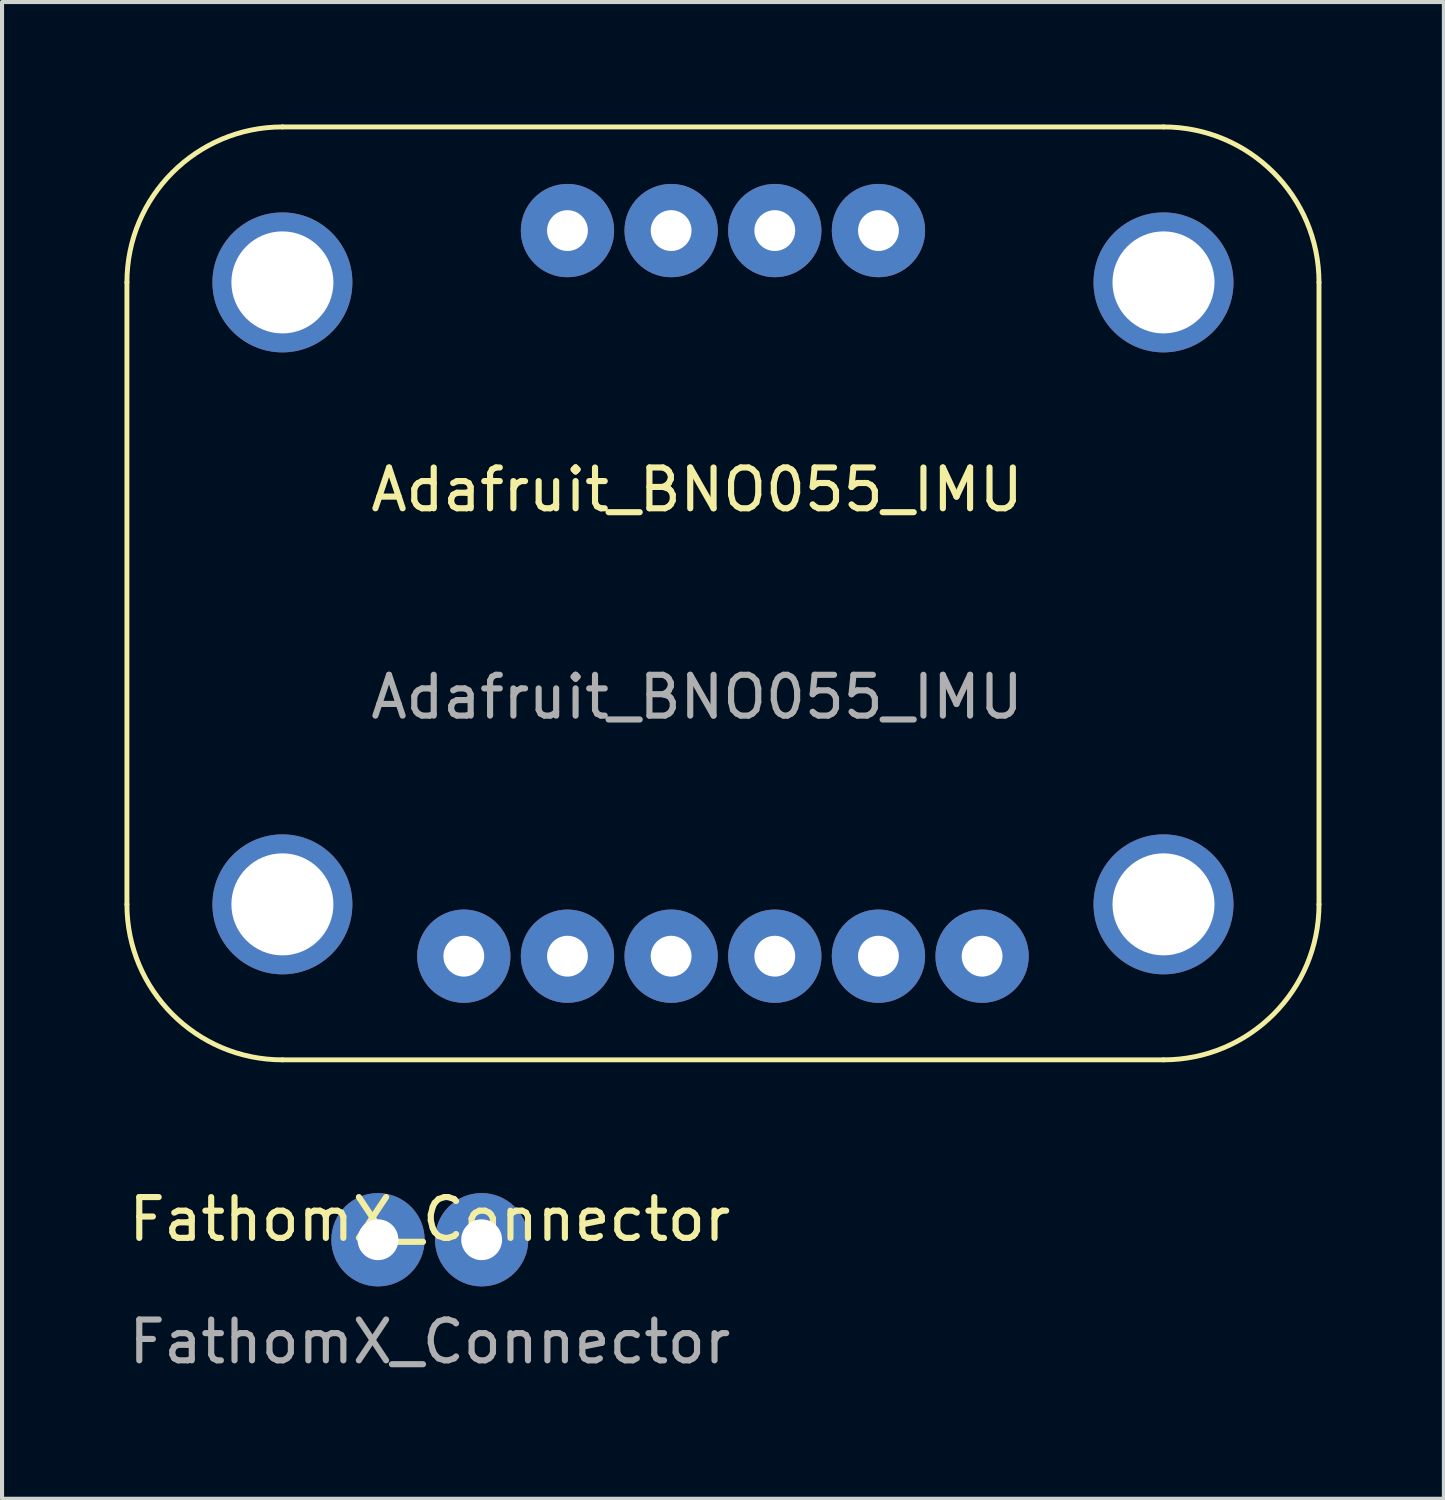
<source format=kicad_pcb>
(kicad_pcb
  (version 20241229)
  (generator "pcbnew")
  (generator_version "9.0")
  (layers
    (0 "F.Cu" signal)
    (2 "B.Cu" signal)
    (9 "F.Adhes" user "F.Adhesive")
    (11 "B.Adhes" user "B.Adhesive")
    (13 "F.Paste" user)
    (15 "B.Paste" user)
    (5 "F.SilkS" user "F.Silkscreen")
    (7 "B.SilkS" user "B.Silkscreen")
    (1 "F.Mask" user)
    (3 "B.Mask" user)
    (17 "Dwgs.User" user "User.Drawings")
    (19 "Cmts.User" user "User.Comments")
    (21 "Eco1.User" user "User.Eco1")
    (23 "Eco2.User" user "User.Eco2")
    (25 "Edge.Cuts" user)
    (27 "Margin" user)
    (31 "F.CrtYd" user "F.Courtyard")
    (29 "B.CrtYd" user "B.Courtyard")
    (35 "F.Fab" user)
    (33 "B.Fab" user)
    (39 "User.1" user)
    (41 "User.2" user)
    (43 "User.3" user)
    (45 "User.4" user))
  (footprint "FathomX_Connector"
    (layer "F.Cu")
    (at 7.482 27.328)
    (property "Reference" "FathomX_Connector" (at 0 -0.5 0) (unlocked yes) (layer "F.SilkS") (effects (font (size 1 1) (thickness 0.15))))
    (attr through_hole)
    (fp_text user "${REFERENCE}" (at 0 2.5 0) (unlocked yes) (layer "F.Fab") (effects (font (size 1 1) (thickness 0.15))))
    (pad "1" thru_hole circle (at -1.27 0 180) (size 2.286 2.286) (drill 1) (layers "*.Cu" "*.Mask"))
    (pad "2" thru_hole circle (at 1.27 0 180) (size 2.286 2.286) (drill 1) (layers "*.Cu" "*.Mask")))
  (footprint "Adafruit_BNO055_IMU"
    (layer "F.Cu")
    (at 14.03 11.49)
    (property "Reference" "Adafruit_BNO055_IMU" (at 0 -2.54 0) (unlocked yes) (layer "F.SilkS") (effects (font (size 1 1) (thickness 0.15))))
    (attr smd)
    (fp_line (start -13.97 7.62) (end -13.97 -7.62) (stroke (width 0.12) (type solid)) (layer "F.SilkS"))
    (fp_line (start -10.16 -11.43) (end 11.43 -11.43) (stroke (width 0.12) (type solid)) (layer "F.SilkS"))
    (fp_line (start 11.43 11.43) (end -10.16 11.43) (stroke (width 0.12) (type solid)) (layer "F.SilkS"))
    (fp_line (start 15.24 -7.62) (end 15.24 7.62) (stroke (width 0.12) (type solid)) (layer "F.SilkS"))
    (fp_arc (start -13.97 -7.62) (mid -12.854077 -10.314077) (end -10.16 -11.43) (stroke (width 0.12) (type solid)) (layer "F.SilkS"))
    (fp_arc (start -10.16 11.43) (mid -12.854077 10.314077) (end -13.97 7.62) (stroke (width 0.12) (type solid)) (layer "F.SilkS"))
    (fp_arc (start 11.43 -11.43) (mid 14.124077 -10.314077) (end 15.24 -7.62) (stroke (width 0.12) (type solid)) (layer "F.SilkS"))
    (fp_arc (start 15.24 7.62) (mid 14.124077 10.314077) (end 11.43 11.43) (stroke (width 0.12) (type solid)) (layer "F.SilkS"))
    (fp_text user "${REFERENCE}" (at 0 2.54 0) (unlocked yes) (layer "F.Fab") (effects (font (size 1 1) (thickness 0.15))))
    (pad "" np_thru_hole circle (at -10.16 -7.62) (size 3.429 3.429) (drill 2.5) (layers "*.Cu" "*.Mask"))
    (pad "" np_thru_hole circle (at -10.16 7.62) (size 3.429 3.429) (drill 2.5) (layers "*.Cu" "*.Mask"))
    (pad "" np_thru_hole circle (at 11.43 -7.62) (size 3.429 3.429) (drill 2.5) (layers "*.Cu" "*.Mask"))
    (pad "" np_thru_hole circle (at 11.43 7.62) (size 3.429 3.429) (drill 2.5) (layers "*.Cu" "*.Mask"))
    (pad "1" thru_hole circle (at -3.175 -8.89) (size 2.286 2.286) (drill 1) (layers "*.Cu" "*.Mask"))
    (pad "2" thru_hole circle (at -0.635 -8.89) (size 2.286 2.286) (drill 1) (layers "*.Cu" "*.Mask"))
    (pad "3" thru_hole circle (at 1.905 -8.89) (size 2.286 2.286) (drill 1) (layers "*.Cu" "*.Mask"))
    (pad "4" thru_hole circle (at 4.445 -8.89) (size 2.286 2.286) (drill 1) (layers "*.Cu" "*.Mask"))
    (pad "5" thru_hole circle (at -5.715 8.89) (size 2.286 2.286) (drill 1) (layers "*.Cu" "*.Mask"))
    (pad "6" thru_hole circle (at -3.175 8.89) (size 2.286 2.286) (drill 1) (layers "*.Cu" "*.Mask"))
    (pad "7" thru_hole circle (at -0.635 8.89) (size 2.286 2.286) (drill 1) (layers "*.Cu" "*.Mask"))
    (pad "8" thru_hole circle (at 1.905 8.89) (size 2.286 2.286) (drill 1) (layers "*.Cu" "*.Mask"))
    (pad "9" thru_hole circle (at 4.445 8.89) (size 2.286 2.286) (drill 1) (layers "*.Cu" "*.Mask"))
    (pad "10" thru_hole circle (at 6.985 8.89) (size 2.286 2.286) (drill 1) (layers "*.Cu" "*.Mask")))
  (gr_rect
    (start -3 -3)
    (end 32.33 33.676)
    (stroke (width 0.1) (type default))
    (fill no)
    (layer "Edge.Cuts")))
</source>
